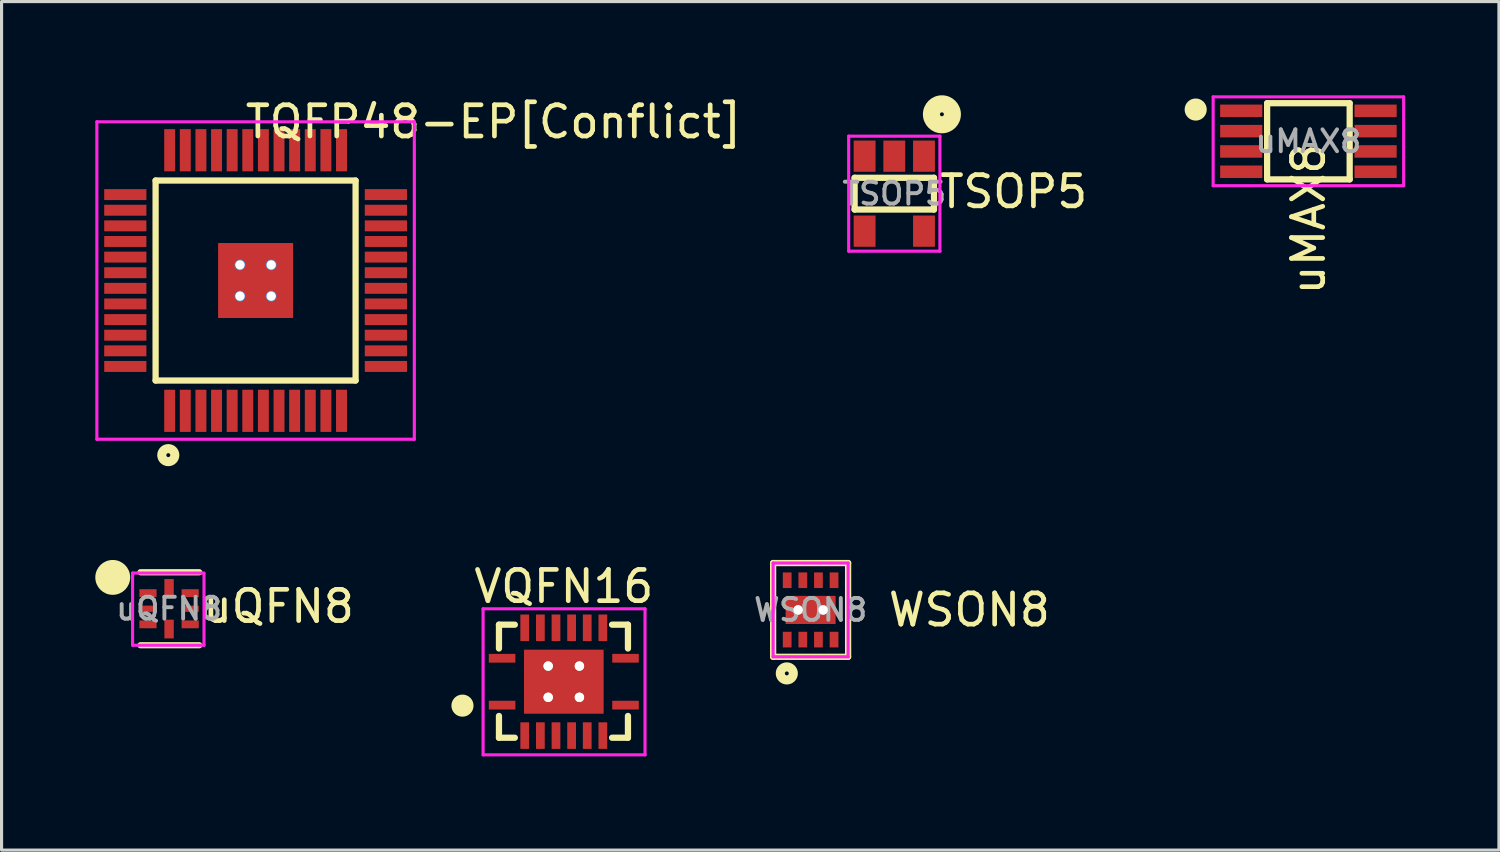
<source format=kicad_pcb>
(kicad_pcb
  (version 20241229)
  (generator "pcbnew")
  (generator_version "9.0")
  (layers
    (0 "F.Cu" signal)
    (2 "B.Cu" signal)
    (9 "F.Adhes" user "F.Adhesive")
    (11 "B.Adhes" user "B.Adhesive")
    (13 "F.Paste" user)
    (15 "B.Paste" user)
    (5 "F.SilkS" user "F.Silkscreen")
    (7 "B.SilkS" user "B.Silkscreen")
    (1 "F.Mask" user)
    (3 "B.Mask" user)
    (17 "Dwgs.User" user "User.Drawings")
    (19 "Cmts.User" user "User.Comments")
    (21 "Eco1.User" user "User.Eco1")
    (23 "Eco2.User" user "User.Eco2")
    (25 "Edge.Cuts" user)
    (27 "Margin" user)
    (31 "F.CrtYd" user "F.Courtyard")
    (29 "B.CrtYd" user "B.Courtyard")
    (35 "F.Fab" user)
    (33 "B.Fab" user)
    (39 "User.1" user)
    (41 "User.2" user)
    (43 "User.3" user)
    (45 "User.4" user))
  (footprint "VQFN16"
    (placed yes)
    (layer "F.Cu")
    (at 14.994 18.767)
    (property "Reference" "VQFN16" (at 0 -3.048 0) (layer "F.SilkS") (effects (font (size 1 1) (thickness 0.15))))
    (attr through_hole)
    (fp_line (start -3.37 0.766) (end -3.116 0.766) (stroke (width 0.2) (type solid)) (layer "F.SilkS"))
    (fp_line (start -2.075 -1.825) (end -2.075 -1.063) (stroke (width 0.2) (type solid)) (layer "F.SilkS"))
    (fp_line (start -2.075 -1.825) (end -1.567 -1.825) (stroke (width 0.2) (type solid)) (layer "F.SilkS"))
    (fp_line (start -2.075 1.794) (end -2.075 1.096) (stroke (width 0.2) (type solid)) (layer "F.SilkS"))
    (fp_line (start -1.567 1.794) (end -2.075 1.794) (stroke (width 0.2) (type solid)) (layer "F.SilkS"))
    (fp_line (start 1.544 -1.825) (end 2.053 -1.825) (stroke (width 0.2) (type solid)) (layer "F.SilkS"))
    (fp_line (start 1.544 1.794) (end 2.053 1.794) (stroke (width 0.2) (type solid)) (layer "F.SilkS"))
    (fp_line (start 2.053 -1.825) (end 2.053 -1.063) (stroke (width 0.2) (type solid)) (layer "F.SilkS"))
    (fp_line (start 2.053 1.794) (end 2.053 1.096) (stroke (width 0.2) (type solid)) (layer "F.SilkS"))
    (fp_circle (center -3.243 0.766) (end -3.116 0.766) (stroke (width 0.2) (type solid)) (fill no) (layer "F.SilkS"))
    (fp_circle (center -3.243 0.766) (end -2.989 0.766) (stroke (width 0.2) (type solid)) (fill no) (layer "F.SilkS"))
    (fp_line (start -2.583 -2.333) (end 2.599 -2.333) (stroke (width 0.1) (type solid)) (layer "F.CrtYd"))
    (fp_line (start -2.583 2.341) (end -2.583 -2.333) (stroke (width 0.1) (type solid)) (layer "F.CrtYd"))
    (fp_line (start 2.599 -2.333) (end 2.599 2.341) (stroke (width 0.1) (type solid)) (layer "F.CrtYd"))
    (fp_line (start 2.599 2.341) (end -2.583 2.341) (stroke (width 0.1) (type solid)) (layer "F.CrtYd"))
    (pad "1" smd rect (at -1.975 0.75) (size 0.85 0.28) (layers "F.Cu" "F.Mask" "F.Paste"))
    (pad "2" smd rect (at -1.25 1.725) (size 0.28 0.85) (layers "F.Cu" "F.Mask" "F.Paste"))
    (pad "3" smd rect (at -0.75 1.725) (size 0.28 0.85) (layers "F.Cu" "F.Mask" "F.Paste"))
    (pad "4" smd rect (at -0.25 1.725) (size 0.28 0.85) (layers "F.Cu" "F.Mask" "F.Paste"))
    (pad "5" smd rect (at 0.25 1.725) (size 0.28 0.85) (layers "F.Cu" "F.Mask" "F.Paste"))
    (pad "6" smd rect (at 0.75 1.725) (size 0.28 0.85) (layers "F.Cu" "F.Mask" "F.Paste"))
    (pad "7" smd rect (at 1.25 1.725) (size 0.28 0.85) (layers "F.Cu" "F.Mask" "F.Paste"))
    (pad "8" smd rect (at 1.975 0.75) (size 0.85 0.28) (layers "F.Cu" "F.Mask" "F.Paste"))
    (pad "9" smd rect (at 1.975 -0.75) (size 0.85 0.28) (layers "F.Cu" "F.Mask" "F.Paste"))
    (pad "10" smd rect (at 1.25 -1.725) (size 0.28 0.85) (layers "F.Cu" "F.Mask" "F.Paste"))
    (pad "11" smd rect (at 0.75 -1.725) (size 0.28 0.85) (layers "F.Cu" "F.Mask" "F.Paste"))
    (pad "12" smd rect (at 0.25 -1.725) (size 0.28 0.85) (layers "F.Cu" "F.Mask" "F.Paste"))
    (pad "13" smd rect (at -0.25 -1.725) (size 0.28 0.85) (layers "F.Cu" "F.Mask" "F.Paste"))
    (pad "14" smd rect (at -0.75 -1.725) (size 0.28 0.85) (layers "F.Cu" "F.Mask" "F.Paste"))
    (pad "15" smd rect (at -1.25 -1.725) (size 0.28 0.85) (layers "F.Cu" "F.Mask" "F.Paste"))
    (pad "16" smd rect (at -1.975 -0.75) (size 0.85 0.28) (layers "F.Cu" "F.Mask" "F.Paste"))
    (pad "17" thru_hole circle (at -0.5 -0.5) (size 0.3 0.3) (drill 0.3) (layers "*.Cu" "*.Mask" "F.SilkS"))
    (pad "17" thru_hole circle (at -0.5 0.5) (size 0.3 0.3) (drill 0.3) (layers "*.Cu" "*.Mask" "F.SilkS"))
    (pad "17" smd rect (at 0 0) (size 2.55 2.05) (layers "F.Cu" "F.Mask" "F.Paste"))
    (pad "17" thru_hole circle (at 0.5 -0.5) (size 0.3 0.3) (drill 0.3) (layers "*.Cu" "*.Mask" "F.SilkS"))
    (pad "17" thru_hole circle (at 0.5 0.5) (size 0.3 0.3) (drill 0.3) (layers "*.Cu" "*.Mask" "F.SilkS")))
  (footprint "uQFN8"
    (layer "F.Cu")
    (at 2.361 16.432)
    (property "Reference" "uQFN8" (at 3.505 -0.076 0) (layer "F.SilkS") (effects (font (size 1 1) (thickness 0.15))))
    (attr through_hole)
    (fp_line (start 0.965 -1.168) (end -0.914 -1.168) (stroke (width 0.2) (type solid)) (layer "F.SilkS"))
    (fp_line (start 0.965 1.168) (end -0.914 1.168) (stroke (width 0.2) (type solid)) (layer "F.SilkS"))
    (fp_circle (center -1.803 -1.003) (end -1.74 -1.003) (stroke (width 0.1) (type solid)) (fill no) (layer "F.SilkS"))
    (fp_circle (center -1.803 -1.003) (end -1.74 -1.003) (stroke (width 0.1) (type solid)) (fill no) (layer "F.SilkS"))
    (fp_circle (center -1.803 -1.003) (end -1.74 -1.003) (stroke (width 0.1) (type solid)) (fill no) (layer "F.SilkS"))
    (fp_circle (center -1.803 -1.003) (end -1.676 -1.003) (stroke (width 0.1) (type solid)) (fill no) (layer "F.SilkS"))
    (fp_circle (center -1.803 -1.003) (end -1.613 -0.94) (stroke (width 0.1) (type solid)) (fill no) (layer "F.SilkS"))
    (fp_circle (center -1.803 -1.003) (end -1.549 -0.94) (stroke (width 0.1) (type solid)) (fill no) (layer "F.SilkS"))
    (fp_circle (center -1.803 -1.003) (end -1.422 -0.94) (stroke (width 0.2) (type solid)) (fill no) (layer "F.SilkS"))
    (fp_circle (center -1.803 -1.003) (end -1.295 -1.003) (stroke (width 0.1) (type solid)) (fill no) (layer "F.SilkS"))
    (fp_circle (center -1.74 -0.876) (end -1.803 -1.003) (stroke (width 0.1) (type solid)) (fill no) (layer "F.SilkS"))
    (fp_line (start -1.168 -1.143) (end -1.168 1.168) (stroke (width 0.1) (type solid)) (layer "F.CrtYd"))
    (fp_line (start -1.168 1.168) (end 1.118 1.168) (stroke (width 0.1) (type solid)) (layer "F.CrtYd"))
    (fp_line (start 1.118 -1.143) (end -1.168 -1.143) (stroke (width 0.1) (type solid)) (layer "F.CrtYd"))
    (fp_line (start 1.118 1.168) (end 1.118 -1.118) (stroke (width 0.1) (type solid)) (layer "F.CrtYd"))
    (fp_text user "${REFERENCE}" (at 0 0 0) (layer "F.Fab") (effects (font (size 0.7 0.7) (thickness 0.125))))
    (pad "1" smd rect (at -0.675 -0.5) (size 0.55 0.25) (layers "F.Cu" "F.Mask" "F.Paste"))
    (pad "2" smd rect (at -0.675 0) (size 0.55 0.2) (layers "F.Cu" "F.Mask" "F.Paste"))
    (pad "3" smd rect (at -0.675 0.5) (size 0.55 0.25) (layers "F.Cu" "F.Mask" "F.Paste"))
    (pad "4" smd rect (at 0 0.65) (size 0.3 0.6) (layers "F.Cu" "F.Mask" "F.Paste"))
    (pad "5" smd rect (at 0.675 0.5) (size 0.55 0.25) (layers "F.Cu" "F.Mask" "F.Paste"))
    (pad "6" smd rect (at 0.675 0) (size 0.55 0.2) (layers "F.Cu" "F.Mask" "F.Paste"))
    (pad "7" smd rect (at 0.675 -0.5) (size 0.55 0.25) (layers "F.Cu" "F.Mask" "F.Paste"))
    (pad "8" smd rect (at 0 -0.65) (size 0.3 0.6) (layers "F.Cu" "F.Mask" "F.Paste")))
  (footprint "WSON8"
    (layer "F.Cu")
    (at 22.893 16.47)
    (property "Reference" "WSON8" (at 5.08 0 0) (layer "F.SilkS") (effects (font (size 1 1) (thickness 0.15))))
    (attr through_hole)
    (fp_line (start -1.2 -1.5) (end 1.2 -1.5) (stroke (width 0.2) (type solid)) (layer "F.SilkS"))
    (fp_line (start -1.2 1.5) (end -1.2 -1.5) (stroke (width 0.2) (type solid)) (layer "F.SilkS"))
    (fp_line (start 1.2 -1.5) (end 1.2 1.5) (stroke (width 0.2) (type solid)) (layer "F.SilkS"))
    (fp_line (start 1.2 1.5) (end -1.2 1.5) (stroke (width 0.2) (type solid)) (layer "F.SilkS"))
    (fp_circle (center -0.762 2.032) (end -0.699 2.032) (stroke (width 0.2) (type solid)) (fill no) (layer "F.SilkS"))
    (fp_circle (center -0.762 2.032) (end -0.508 2.032) (stroke (width 0.2) (type solid)) (fill no) (layer "F.SilkS"))
    (fp_line (start -1.2 -1.5) (end 1.2 -1.5) (stroke (width 0.1) (type solid)) (layer "F.CrtYd"))
    (fp_line (start -1.2 1.5) (end -1.2 -1.5) (stroke (width 0.1) (type solid)) (layer "F.CrtYd"))
    (fp_line (start 1.2 -1.5) (end 1.2 1.5) (stroke (width 0.1) (type solid)) (layer "F.CrtYd"))
    (fp_line (start 1.2 1.5) (end -1.2 1.5) (stroke (width 0.1) (type solid)) (layer "F.CrtYd"))
    (fp_text user "${REFERENCE}" (at 0 0 0) (layer "F.Fab") (effects (font (size 0.7 0.7) (thickness 0.125))))
    (pad "1" smd rect (at -0.75 0.95) (size 0.28 0.5) (layers "F.Cu" "F.Mask" "F.Paste"))
    (pad "2" smd rect (at -0.25 0.95) (size 0.28 0.5) (layers "F.Cu" "F.Mask" "F.Paste"))
    (pad "3" smd rect (at 0.25 0.95) (size 0.28 0.5) (layers "F.Cu" "F.Mask" "F.Paste"))
    (pad "4" smd rect (at 0.75 0.95) (size 0.28 0.5) (layers "F.Cu" "F.Mask" "F.Paste"))
    (pad "5" smd rect (at 0.75 -0.95) (size 0.28 0.5) (layers "F.Cu" "F.Mask" "F.Paste"))
    (pad "6" smd rect (at 0.25 -0.95) (size 0.28 0.5) (layers "F.Cu" "F.Mask" "F.Paste"))
    (pad "7" smd rect (at -0.25 -0.95) (size 0.28 0.5) (layers "F.Cu" "F.Mask" "F.Paste"))
    (pad "8" smd rect (at -0.75 -0.95) (size 0.28 0.5) (layers "F.Cu" "F.Mask" "F.Paste"))
    (pad "9" thru_hole circle (at -0.4 0) (size 0.3 0.3) (drill 0.3) (layers "*.Cu" "*.Mask" "F.SilkS"))
    (pad "9" smd rect (at 0 0) (size 1.6 0.9) (layers "F.Cu" "F.Mask" "F.Paste"))
    (pad "9" thru_hole circle (at 0.4 0) (size 0.3 0.3) (drill 0.3) (layers "*.Cu" "*.Mask" "F.SilkS")))
  (footprint "TSOP5"
    (layer "F.Cu")
    (at 25.571 3.148)
    (property "Reference" "TSOP5" (at 3.81 -0.064 0) (layer "F.SilkS") (effects (font (size 1 1) (thickness 0.15))))
    (attr through_hole)
    (fp_line (start -1.27 0.508) (end -1.27 -0.508) (stroke (width 0.2) (type solid)) (layer "F.SilkS"))
    (fp_line (start 1.27 -0.508) (end -1.27 -0.508) (stroke (width 0.2) (type solid)) (layer "F.SilkS"))
    (fp_line (start 1.27 -0.508) (end 1.27 0.508) (stroke (width 0.2) (type solid)) (layer "F.SilkS"))
    (fp_line (start 1.27 0.508) (end -1.27 0.508) (stroke (width 0.2) (type solid)) (layer "F.SilkS"))
    (fp_circle (center 1.524 -2.54) (end 1.587 -2.54) (stroke (width 0.2) (type solid)) (fill no) (layer "F.SilkS"))
    (fp_circle (center 1.524 -2.54) (end 1.778 -2.54) (stroke (width 0.2) (type solid)) (fill no) (layer "F.SilkS"))
    (fp_circle (center 1.524 -2.54) (end 1.905 -2.54) (stroke (width 0.2) (type solid)) (fill no) (layer "F.SilkS"))
    (fp_circle (center 1.524 -2.54) (end 2.032 -2.54) (stroke (width 0.2) (type solid)) (fill no) (layer "F.SilkS"))
    (fp_line (start -1.46 -1.841) (end -1.46 1.841) (stroke (width 0.1) (type solid)) (layer "F.CrtYd"))
    (fp_line (start -1.46 1.841) (end 1.46 1.841) (stroke (width 0.1) (type solid)) (layer "F.CrtYd"))
    (fp_line (start 1.46 -1.841) (end -1.46 -1.841) (stroke (width 0.1) (type solid)) (layer "F.CrtYd"))
    (fp_line (start 1.46 1.841) (end 1.46 -1.841) (stroke (width 0.1) (type solid)) (layer "F.CrtYd"))
    (fp_text user "${REFERENCE}" (at 0 0 0) (layer "F.Fab") (effects (font (size 0.7 0.7) (thickness 0.125))))
    (pad "1" smd rect (at 0.95 -1.2) (size 0.7 1) (layers "F.Cu" "F.Mask" "F.Paste"))
    (pad "2" smd rect (at 0 -1.2) (size 0.7 1) (layers "F.Cu" "F.Mask" "F.Paste"))
    (pad "3" smd rect (at -0.95 -1.2) (size 0.7 1) (layers "F.Cu" "F.Mask" "F.Paste"))
    (pad "4" smd rect (at -0.95 1.2) (size 0.7 1) (layers "F.Cu" "F.Mask" "F.Paste"))
    (pad "5" smd rect (at 0.95 1.2) (size 0.7 1) (layers "F.Cu" "F.Mask" "F.Paste")))
  (footprint "uMAX8"
    (placed yes)
    (layer "F.Cu")
    (at 38.824 1.472)
    (property "Reference" "uMAX8" (at 0.003 2.486 90) (layer "F.SilkS") (effects (font (size 1 1) (thickness 0.15))))
    (attr through_hole)
    (fp_line (start -3.734 -1.016) (end -3.48 -1.016) (stroke (width 0.2) (type solid)) (layer "F.SilkS"))
    (fp_line (start -1.321 -1.219) (end 1.321 -1.219) (stroke (width 0.2) (type solid)) (layer "F.SilkS"))
    (fp_line (start -1.321 1.219) (end -1.321 -1.219) (stroke (width 0.2) (type solid)) (layer "F.SilkS"))
    (fp_line (start 1.321 -1.219) (end 1.321 1.219) (stroke (width 0.2) (type solid)) (layer "F.SilkS"))
    (fp_line (start 1.321 1.219) (end -1.321 1.219) (stroke (width 0.2) (type solid)) (layer "F.SilkS"))
    (fp_circle (center -3.607 -1.016) (end -3.48 -1.016) (stroke (width 0.2) (type solid)) (fill no) (layer "F.SilkS"))
    (fp_circle (center -3.607 -1.016) (end -3.353 -1.016) (stroke (width 0.2) (type solid)) (fill no) (layer "F.SilkS"))
    (fp_line (start -3.048 -1.422) (end 3.048 -1.422) (stroke (width 0.1) (type solid)) (layer "F.CrtYd"))
    (fp_line (start -3.048 1.422) (end -3.048 -1.422) (stroke (width 0.1) (type solid)) (layer "F.CrtYd"))
    (fp_line (start 3.048 -1.422) (end 3.048 1.422) (stroke (width 0.1) (type solid)) (layer "F.CrtYd"))
    (fp_line (start 3.048 1.422) (end -3.048 1.422) (stroke (width 0.1) (type solid)) (layer "F.CrtYd"))
    (fp_text user "${REFERENCE}" (at 0 0 0) (layer "F.Fab") (effects (font (size 0.7 0.7) (thickness 0.125))))
    (pad "1" smd rect (at -2.15 -0.975) (size 1.35 0.4) (layers "F.Cu" "F.Mask" "F.Paste"))
    (pad "2" smd rect (at -2.15 -0.325) (size 1.35 0.4) (layers "F.Cu" "F.Mask" "F.Paste"))
    (pad "3" smd rect (at -2.15 0.325) (size 1.35 0.4) (layers "F.Cu" "F.Mask" "F.Paste"))
    (pad "4" smd rect (at -2.15 0.975) (size 1.35 0.4) (layers "F.Cu" "F.Mask" "F.Paste"))
    (pad "5" smd rect (at 2.15 0.975) (size 1.35 0.4) (layers "F.Cu" "F.Mask" "F.Paste"))
    (pad "6" smd rect (at 2.15 0.325) (size 1.35 0.4) (layers "F.Cu" "F.Mask" "F.Paste"))
    (pad "7" smd rect (at 2.15 -0.325) (size 1.35 0.4) (layers "F.Cu" "F.Mask" "F.Paste"))
    (pad "8" smd rect (at 2.15 -0.975) (size 1.35 0.4) (layers "F.Cu" "F.Mask" "F.Paste")))
  (footprint "TQFP48-EP[Conflict]"
    (layer "F.Cu")
    (at 5.13 5.928)
    (property "Reference" "TQFP48-EP[Conflict]" (at 7.62 -5.08 0) (layer "F.SilkS") (effects (font (size 1 1) (thickness 0.15))))
    (attr through_hole)
    (fp_line (start -3.2 -3.2) (end -3.2 3.2) (stroke (width 0.2) (type solid)) (layer "F.SilkS"))
    (fp_line (start -3.2 3.2) (end 3.2 3.2) (stroke (width 0.2) (type solid)) (layer "F.SilkS"))
    (fp_line (start 3.2 -3.2) (end -3.2 -3.2) (stroke (width 0.2) (type solid)) (layer "F.SilkS"))
    (fp_line (start 3.2 3.2) (end 3.2 -3.2) (stroke (width 0.2) (type solid)) (layer "F.SilkS"))
    (fp_circle (center -2.794 5.588) (end -2.731 5.588) (stroke (width 0.2) (type solid)) (fill no) (layer "F.SilkS"))
    (fp_circle (center -2.794 5.588) (end -2.54 5.588) (stroke (width 0.2) (type solid)) (fill no) (layer "F.SilkS"))
    (fp_line (start -5.08 -5.08) (end 5.08 -5.08) (stroke (width 0.1) (type solid)) (layer "F.CrtYd"))
    (fp_line (start -5.08 5.08) (end -5.08 -5.08) (stroke (width 0.1) (type solid)) (layer "F.CrtYd"))
    (fp_line (start 5.08 -5.08) (end 5.08 5.08) (stroke (width 0.1) (type solid)) (layer "F.CrtYd"))
    (fp_line (start 5.08 5.08) (end -5.08 5.08) (stroke (width 0.1) (type solid)) (layer "F.CrtYd"))
    (pad "1" smd rect (at -2.75 4.17) (size 0.35 1.35) (layers "F.Cu" "F.Mask" "F.Paste"))
    (pad "1" thru_hole circle (at -0.5 -0.5) (size 0.35 0.35) (drill 0.3) (layers "*.Cu" "*.Mask"))
    (pad "1" thru_hole circle (at -0.5 0.5) (size 0.35 0.35) (drill 0.3) (layers "*.Cu" "*.Mask"))
    (pad "1" smd rect (at 0 0) (size 2.4 2.4) (layers "F.Cu" "F.Mask" "F.Paste"))
    (pad "1" thru_hole circle (at 0.5 -0.5) (size 0.35 0.35) (drill 0.3) (layers "*.Cu" "*.Mask"))
    (pad "1" thru_hole circle (at 0.5 0.5) (size 0.35 0.35) (drill 0.3) (layers "*.Cu" "*.Mask"))
    (pad "2" smd rect (at -2.25 4.17) (size 0.35 1.35) (layers "F.Cu" "F.Mask" "F.Paste"))
    (pad "3" smd rect (at -1.75 4.17) (size 0.35 1.35) (layers "F.Cu" "F.Mask" "F.Paste"))
    (pad "4" smd rect (at -1.25 4.17) (size 0.35 1.35) (layers "F.Cu" "F.Mask" "F.Paste"))
    (pad "5" smd rect (at -0.75 4.17) (size 0.35 1.35) (layers "F.Cu" "F.Mask" "F.Paste"))
    (pad "6" smd rect (at -0.25 4.17) (size 0.35 1.35) (layers "F.Cu" "F.Mask" "F.Paste"))
    (pad "7" smd rect (at 0.25 4.17) (size 0.35 1.35) (layers "F.Cu" "F.Mask" "F.Paste"))
    (pad "8" smd rect (at 0.75 4.17) (size 0.35 1.35) (layers "F.Cu" "F.Mask" "F.Paste"))
    (pad "9" smd rect (at 1.25 4.17) (size 0.35 1.35) (layers "F.Cu" "F.Mask" "F.Paste"))
    (pad "10" smd rect (at 1.75 4.17) (size 0.35 1.35) (layers "F.Cu" "F.Mask" "F.Paste"))
    (pad "11" smd rect (at 2.25 4.17) (size 0.35 1.35) (layers "F.Cu" "F.Mask" "F.Paste"))
    (pad "12" smd rect (at 2.75 4.17) (size 0.35 1.35) (layers "F.Cu" "F.Mask" "F.Paste"))
    (pad "13" smd rect (at 4.17 2.75) (size 1.35 0.35) (layers "F.Cu" "F.Mask" "F.Paste"))
    (pad "14" smd rect (at 4.17 2.25) (size 1.35 0.35) (layers "F.Cu" "F.Mask" "F.Paste"))
    (pad "15" smd rect (at 4.17 1.75) (size 1.35 0.35) (layers "F.Cu" "F.Mask" "F.Paste"))
    (pad "16" smd rect (at 4.17 1.25) (size 1.35 0.35) (layers "F.Cu" "F.Mask" "F.Paste"))
    (pad "17" smd rect (at 4.17 0.75) (size 1.35 0.35) (layers "F.Cu" "F.Mask" "F.Paste"))
    (pad "18" smd rect (at 4.17 0.25) (size 1.35 0.35) (layers "F.Cu" "F.Mask" "F.Paste"))
    (pad "19" smd rect (at 4.17 -0.25) (size 1.35 0.35) (layers "F.Cu" "F.Mask" "F.Paste"))
    (pad "20" smd rect (at 4.17 -0.75) (size 1.35 0.35) (layers "F.Cu" "F.Mask" "F.Paste"))
    (pad "21" smd rect (at 4.17 -1.25) (size 1.35 0.35) (layers "F.Cu" "F.Mask" "F.Paste"))
    (pad "22" smd rect (at 4.17 -1.75) (size 1.35 0.35) (layers "F.Cu" "F.Mask" "F.Paste"))
    (pad "23" smd rect (at 4.17 -2.25) (size 1.35 0.35) (layers "F.Cu" "F.Mask" "F.Paste"))
    (pad "24" smd rect (at 4.17 -2.75) (size 1.35 0.35) (layers "F.Cu" "F.Mask" "F.Paste"))
    (pad "25" smd rect (at 2.75 -4.17) (size 0.35 1.35) (layers "F.Cu" "F.Mask" "F.Paste"))
    (pad "26" smd rect (at 2.25 -4.17) (size 0.35 1.35) (layers "F.Cu" "F.Mask" "F.Paste"))
    (pad "27" smd rect (at 1.75 -4.17) (size 0.35 1.35) (layers "F.Cu" "F.Mask" "F.Paste"))
    (pad "28" smd rect (at 1.25 -4.17) (size 0.35 1.35) (layers "F.Cu" "F.Mask" "F.Paste"))
    (pad "29" smd rect (at 0.75 -4.17) (size 0.35 1.35) (layers "F.Cu" "F.Mask" "F.Paste"))
    (pad "30" smd rect (at 0.25 -4.17) (size 0.35 1.35) (layers "F.Cu" "F.Mask" "F.Paste"))
    (pad "31" smd rect (at -0.25 -4.17) (size 0.35 1.35) (layers "F.Cu" "F.Mask" "F.Paste"))
    (pad "32" smd rect (at -0.75 -4.17) (size 0.35 1.35) (layers "F.Cu" "F.Mask" "F.Paste"))
    (pad "33" smd rect (at -1.25 -4.17) (size 0.35 1.35) (layers "F.Cu" "F.Mask" "F.Paste"))
    (pad "34" smd rect (at -1.75 -4.17) (size 0.35 1.35) (layers "F.Cu" "F.Mask" "F.Paste"))
    (pad "35" smd rect (at -2.25 -4.17) (size 0.35 1.35) (layers "F.Cu" "F.Mask" "F.Paste"))
    (pad "36" smd rect (at -2.75 -4.17) (size 0.35 1.35) (layers "F.Cu" "F.Mask" "F.Paste"))
    (pad "37" smd rect (at -4.17 -2.75) (size 1.35 0.35) (layers "F.Cu" "F.Mask" "F.Paste"))
    (pad "38" smd rect (at -4.17 -2.25) (size 1.35 0.35) (layers "F.Cu" "F.Mask" "F.Paste"))
    (pad "39" smd rect (at -4.17 -1.75) (size 1.35 0.35) (layers "F.Cu" "F.Mask" "F.Paste"))
    (pad "40" smd rect (at -4.17 -1.25) (size 1.35 0.35) (layers "F.Cu" "F.Mask" "F.Paste"))
    (pad "41" smd rect (at -4.17 -0.75) (size 1.35 0.35) (layers "F.Cu" "F.Mask" "F.Paste"))
    (pad "42" smd rect (at -4.17 -0.25) (size 1.35 0.35) (layers "F.Cu" "F.Mask" "F.Paste"))
    (pad "43" smd rect (at -4.17 0.25) (size 1.35 0.35) (layers "F.Cu" "F.Mask" "F.Paste"))
    (pad "44" smd rect (at -4.17 0.75) (size 1.35 0.35) (layers "F.Cu" "F.Mask" "F.Paste"))
    (pad "45" smd rect (at -4.17 1.25) (size 1.35 0.35) (layers "F.Cu" "F.Mask" "F.Paste"))
    (pad "46" smd rect (at -4.17 1.75) (size 1.35 0.35) (layers "F.Cu" "F.Mask" "F.Paste"))
    (pad "47" smd rect (at -4.17 2.25) (size 1.35 0.35) (layers "F.Cu" "F.Mask" "F.Paste"))
    (pad "48" smd rect (at -4.17 2.75) (size 1.35 0.35) (layers "F.Cu" "F.Mask" "F.Paste")))
  (gr_rect
    (start -3 -3)
    (end 44.922 24.157)
    (stroke (width 0.1) (type default))
    (fill no)
    (layer "Edge.Cuts")))
</source>
